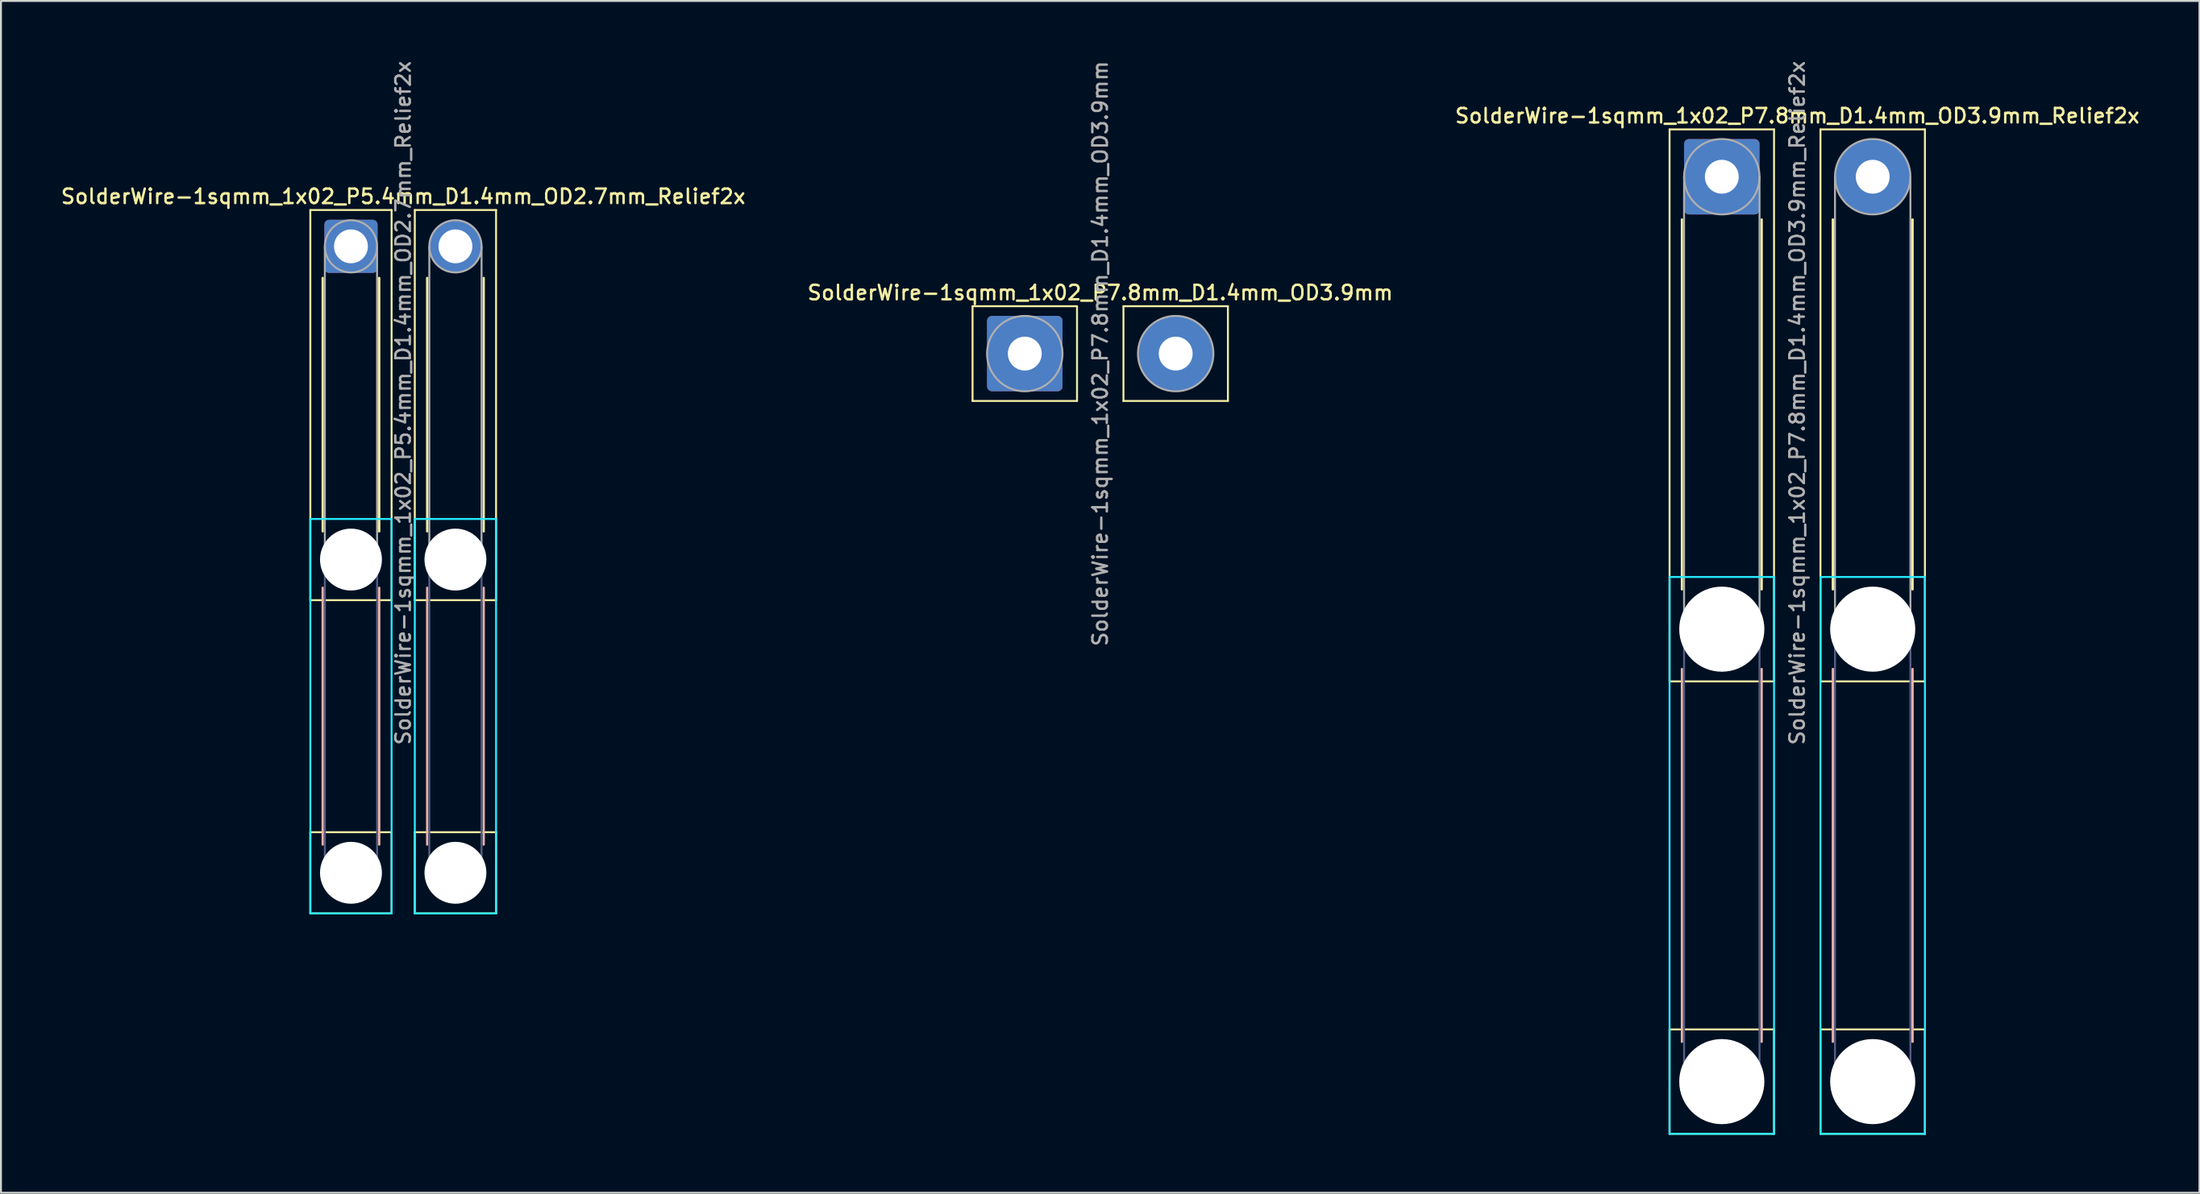
<source format=kicad_pcb>
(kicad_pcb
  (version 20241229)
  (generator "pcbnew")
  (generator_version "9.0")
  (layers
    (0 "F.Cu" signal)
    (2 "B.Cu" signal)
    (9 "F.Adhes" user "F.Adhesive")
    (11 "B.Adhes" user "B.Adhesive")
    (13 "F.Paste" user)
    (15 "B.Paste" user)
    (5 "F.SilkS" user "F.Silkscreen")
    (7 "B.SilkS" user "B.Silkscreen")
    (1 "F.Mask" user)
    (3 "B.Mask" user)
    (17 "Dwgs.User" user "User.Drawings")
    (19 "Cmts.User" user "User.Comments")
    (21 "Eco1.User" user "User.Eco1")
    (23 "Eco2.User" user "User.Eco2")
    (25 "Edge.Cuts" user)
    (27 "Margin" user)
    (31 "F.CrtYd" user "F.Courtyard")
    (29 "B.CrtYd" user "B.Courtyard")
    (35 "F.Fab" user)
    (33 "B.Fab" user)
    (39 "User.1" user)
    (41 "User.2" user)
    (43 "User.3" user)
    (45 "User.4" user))
  (footprint "SolderWire-1sqmm_1x02_P7.8mm_D1.4mm_OD3.9mm"
    (layer "F.Cu")
    (at 49.92 15.238)
    (property "Reference" "SolderWire-1sqmm_1x02_P7.8mm_D1.4mm_OD3.9mm" (at 3.9 -3.15 0) (layer "F.SilkS") (effects (font (size 0.75 0.75) (thickness 0.125))))
    (attr exclude_from_pos_files exclude_from_bom)
    (fp_line (start -2.7 -2.45) (end -2.7 2.45) (stroke (width 0.1) (type solid)) (layer "F.SilkS"))
    (fp_line (start -2.7 2.45) (end 2.7 2.45) (stroke (width 0.1) (type solid)) (layer "F.SilkS"))
    (fp_line (start 2.7 -2.45) (end -2.7 -2.45) (stroke (width 0.1) (type solid)) (layer "F.SilkS"))
    (fp_line (start 2.7 2.45) (end 2.7 -2.45) (stroke (width 0.1) (type solid)) (layer "F.SilkS"))
    (fp_line (start 5.1 -2.45) (end 5.1 2.45) (stroke (width 0.1) (type solid)) (layer "F.SilkS"))
    (fp_line (start 5.1 2.45) (end 10.5 2.45) (stroke (width 0.1) (type solid)) (layer "F.SilkS"))
    (fp_line (start 10.5 -2.45) (end 5.1 -2.45) (stroke (width 0.1) (type solid)) (layer "F.SilkS"))
    (fp_line (start 10.5 2.45) (end 10.5 -2.45) (stroke (width 0.1) (type solid)) (layer "F.SilkS"))
    (fp_circle (center 0 0) (end 1.95 0) (stroke (width 0.1) (type solid)) (fill no) (layer "F.Fab"))
    (fp_circle (center 7.8 0) (end 9.75 0) (stroke (width 0.1) (type solid)) (fill no) (layer "F.Fab"))
    (fp_text user "${REFERENCE}" (at 3.9 0 90) (layer "F.Fab") (effects (font (size 0.75 0.75) (thickness 0.125))))
    (pad "1" thru_hole roundrect (at 0 0) (size 3.9 3.9) (drill 1.75) (layers "*.Cu" "*.Mask") (roundrect_rratio 0.064))
    (pad "2" thru_hole circle (at 7.8 0) (size 3.9 3.9) (drill 1.75) (layers "*.Cu" "*.Mask")))
  (footprint "SolderWire-1sqmm_1x02_P7.8mm_D1.4mm_OD3.9mm_Relief2x"
    (layer "F.Cu")
    (at 85.948 6.091)
    (property "Reference" "SolderWire-1sqmm_1x02_P7.8mm_D1.4mm_OD3.9mm_Relief2x" (at 3.9 -3.15 0) (layer "F.SilkS") (effects (font (size 0.75 0.75) (thickness 0.125))))
    (attr exclude_from_pos_files exclude_from_bom)
    (fp_line (start -2.7 -2.45) (end -2.7 26.1) (stroke (width 0.1) (type solid)) (layer "F.SilkS"))
    (fp_line (start -2.7 26.1) (end 2.7 26.1) (stroke (width 0.1) (type solid)) (layer "F.SilkS"))
    (fp_line (start -2.7 44.1) (end -2.7 49.5) (stroke (width 0.1) (type solid)) (layer "F.SilkS"))
    (fp_line (start -2.7 49.5) (end 2.7 49.5) (stroke (width 0.1) (type solid)) (layer "F.SilkS"))
    (fp_line (start -2.06 2.21) (end -2.06 21.34) (stroke (width 0.12) (type solid)) (layer "F.SilkS"))
    (fp_line (start 2.06 2.21) (end 2.06 21.34) (stroke (width 0.12) (type solid)) (layer "F.SilkS"))
    (fp_line (start 2.7 -2.45) (end -2.7 -2.45) (stroke (width 0.1) (type solid)) (layer "F.SilkS"))
    (fp_line (start 2.7 26.1) (end 2.7 -2.45) (stroke (width 0.1) (type solid)) (layer "F.SilkS"))
    (fp_line (start 2.7 44.1) (end -2.7 44.1) (stroke (width 0.1) (type solid)) (layer "F.SilkS"))
    (fp_line (start 2.7 49.5) (end 2.7 44.1) (stroke (width 0.1) (type solid)) (layer "F.SilkS"))
    (fp_line (start 5.1 -2.45) (end 5.1 26.1) (stroke (width 0.1) (type solid)) (layer "F.SilkS"))
    (fp_line (start 5.1 26.1) (end 10.5 26.1) (stroke (width 0.1) (type solid)) (layer "F.SilkS"))
    (fp_line (start 5.1 44.1) (end 5.1 49.5) (stroke (width 0.1) (type solid)) (layer "F.SilkS"))
    (fp_line (start 5.1 49.5) (end 10.5 49.5) (stroke (width 0.1) (type solid)) (layer "F.SilkS"))
    (fp_line (start 5.74 2.21) (end 5.74 21.34) (stroke (width 0.12) (type solid)) (layer "F.SilkS"))
    (fp_line (start 9.86 2.21) (end 9.86 21.34) (stroke (width 0.12) (type solid)) (layer "F.SilkS"))
    (fp_line (start 10.5 -2.45) (end 5.1 -2.45) (stroke (width 0.1) (type solid)) (layer "F.SilkS"))
    (fp_line (start 10.5 26.1) (end 10.5 -2.45) (stroke (width 0.1) (type solid)) (layer "F.SilkS"))
    (fp_line (start 10.5 44.1) (end 5.1 44.1) (stroke (width 0.1) (type solid)) (layer "F.SilkS"))
    (fp_line (start 10.5 49.5) (end 10.5 44.1) (stroke (width 0.1) (type solid)) (layer "F.SilkS"))
    (fp_line (start -2.06 25.46) (end -2.06 44.74) (stroke (width 0.12) (type solid)) (layer "B.SilkS"))
    (fp_line (start 2.06 25.46) (end 2.06 44.74) (stroke (width 0.12) (type solid)) (layer "B.SilkS"))
    (fp_line (start 5.74 25.46) (end 5.74 44.74) (stroke (width 0.12) (type solid)) (layer "B.SilkS"))
    (fp_line (start 9.86 25.46) (end 9.86 44.74) (stroke (width 0.12) (type solid)) (layer "B.SilkS"))
    (fp_line (start -2.7 20.7) (end -2.7 49.5) (stroke (width 0.1) (type solid)) (layer "B.CrtYd"))
    (fp_line (start -2.7 49.5) (end 2.7 49.5) (stroke (width 0.1) (type solid)) (layer "B.CrtYd"))
    (fp_line (start 2.7 20.7) (end -2.7 20.7) (stroke (width 0.1) (type solid)) (layer "B.CrtYd"))
    (fp_line (start 2.7 49.5) (end 2.7 20.7) (stroke (width 0.1) (type solid)) (layer "B.CrtYd"))
    (fp_line (start 5.1 20.7) (end 5.1 49.5) (stroke (width 0.1) (type solid)) (layer "B.CrtYd"))
    (fp_line (start 5.1 49.5) (end 10.5 49.5) (stroke (width 0.1) (type solid)) (layer "B.CrtYd"))
    (fp_line (start 10.5 20.7) (end 5.1 20.7) (stroke (width 0.1) (type solid)) (layer "B.CrtYd"))
    (fp_line (start 10.5 49.5) (end 10.5 20.7) (stroke (width 0.1) (type solid)) (layer "B.CrtYd"))
    (fp_line (start -1.95 23.4) (end -1.95 46.8) (stroke (width 0.1) (type solid)) (layer "B.Fab"))
    (fp_line (start 1.95 23.4) (end 1.95 46.8) (stroke (width 0.1) (type solid)) (layer "B.Fab"))
    (fp_line (start 5.85 23.4) (end 5.85 46.8) (stroke (width 0.1) (type solid)) (layer "B.Fab"))
    (fp_line (start 9.75 23.4) (end 9.75 46.8) (stroke (width 0.1) (type solid)) (layer "B.Fab"))
    (fp_circle (center 0 23.4) (end 1.95 23.4) (stroke (width 0.1) (type solid)) (fill no) (layer "B.Fab"))
    (fp_circle (center 0 46.8) (end 1.95 46.8) (stroke (width 0.1) (type solid)) (fill no) (layer "B.Fab"))
    (fp_circle (center 7.8 23.4) (end 9.75 23.4) (stroke (width 0.1) (type solid)) (fill no) (layer "B.Fab"))
    (fp_circle (center 7.8 46.8) (end 9.75 46.8) (stroke (width 0.1) (type solid)) (fill no) (layer "B.Fab"))
    (fp_line (start -1.95 0) (end -1.95 23.4) (stroke (width 0.1) (type solid)) (layer "F.Fab"))
    (fp_line (start 1.95 0) (end 1.95 23.4) (stroke (width 0.1) (type solid)) (layer "F.Fab"))
    (fp_line (start 5.85 0) (end 5.85 23.4) (stroke (width 0.1) (type solid)) (layer "F.Fab"))
    (fp_line (start 9.75 0) (end 9.75 23.4) (stroke (width 0.1) (type solid)) (layer "F.Fab"))
    (fp_circle (center 0 0) (end 1.95 0) (stroke (width 0.1) (type solid)) (fill no) (layer "F.Fab"))
    (fp_circle (center 0 23.4) (end 1.95 23.4) (stroke (width 0.1) (type solid)) (fill no) (layer "F.Fab"))
    (fp_circle (center 0 46.8) (end 1.95 46.8) (stroke (width 0.1) (type solid)) (fill no) (layer "F.Fab"))
    (fp_circle (center 7.8 0) (end 9.75 0) (stroke (width 0.1) (type solid)) (fill no) (layer "F.Fab"))
    (fp_circle (center 7.8 23.4) (end 9.75 23.4) (stroke (width 0.1) (type solid)) (fill no) (layer "F.Fab"))
    (fp_circle (center 7.8 46.8) (end 9.75 46.8) (stroke (width 0.1) (type solid)) (fill no) (layer "F.Fab"))
    (fp_text user "${REFERENCE}" (at 3.9 11.7 90) (layer "F.Fab") (effects (font (size 0.75 0.75) (thickness 0.125))))
    (pad "" np_thru_hole circle (at 0 23.4) (size 4.4 4.4) (drill 4.4) (layers "*.Cu" "*.Mask"))
    (pad "" np_thru_hole circle (at 0 46.8) (size 4.4 4.4) (drill 4.4) (layers "*.Cu" "*.Mask"))
    (pad "" np_thru_hole circle (at 7.8 23.4) (size 4.4 4.4) (drill 4.4) (layers "*.Cu" "*.Mask"))
    (pad "" np_thru_hole circle (at 7.8 46.8) (size 4.4 4.4) (drill 4.4) (layers "*.Cu" "*.Mask"))
    (pad "1" thru_hole roundrect (at 0 0) (size 3.9 3.9) (drill 1.75) (layers "*.Cu" "*.Mask") (roundrect_rratio 0.064))
    (pad "2" thru_hole circle (at 7.8 0) (size 3.9 3.9) (drill 1.75) (layers "*.Cu" "*.Mask")))
  (footprint "SolderWire-1sqmm_1x02_P5.4mm_D1.4mm_OD2.7mm_Relief2x"
    (layer "F.Cu")
    (at 15.091 9.691)
    (property "Reference" "SolderWire-1sqmm_1x02_P5.4mm_D1.4mm_OD2.7mm_Relief2x" (at 2.7 -2.58 0) (layer "F.SilkS") (effects (font (size 0.75 0.75) (thickness 0.125))))
    (attr exclude_from_pos_files exclude_from_bom)
    (fp_line (start -2.1 -1.88) (end -2.1 18.3) (stroke (width 0.1) (type solid)) (layer "F.SilkS"))
    (fp_line (start -2.1 18.3) (end 2.1 18.3) (stroke (width 0.1) (type solid)) (layer "F.SilkS"))
    (fp_line (start -2.1 30.3) (end -2.1 34.5) (stroke (width 0.1) (type solid)) (layer "F.SilkS"))
    (fp_line (start -2.1 34.5) (end 2.1 34.5) (stroke (width 0.1) (type solid)) (layer "F.SilkS"))
    (fp_line (start -1.46 1.635) (end -1.46 14.74) (stroke (width 0.12) (type solid)) (layer "F.SilkS"))
    (fp_line (start 1.46 1.635) (end 1.46 14.74) (stroke (width 0.12) (type solid)) (layer "F.SilkS"))
    (fp_line (start 2.1 -1.88) (end -2.1 -1.88) (stroke (width 0.1) (type solid)) (layer "F.SilkS"))
    (fp_line (start 2.1 18.3) (end 2.1 -1.88) (stroke (width 0.1) (type solid)) (layer "F.SilkS"))
    (fp_line (start 2.1 30.3) (end -2.1 30.3) (stroke (width 0.1) (type solid)) (layer "F.SilkS"))
    (fp_line (start 2.1 34.5) (end 2.1 30.3) (stroke (width 0.1) (type solid)) (layer "F.SilkS"))
    (fp_line (start 3.3 -1.88) (end 3.3 18.3) (stroke (width 0.1) (type solid)) (layer "F.SilkS"))
    (fp_line (start 3.3 18.3) (end 7.5 18.3) (stroke (width 0.1) (type solid)) (layer "F.SilkS"))
    (fp_line (start 3.3 30.3) (end 3.3 34.5) (stroke (width 0.1) (type solid)) (layer "F.SilkS"))
    (fp_line (start 3.3 34.5) (end 7.5 34.5) (stroke (width 0.1) (type solid)) (layer "F.SilkS"))
    (fp_line (start 3.94 1.635) (end 3.94 14.74) (stroke (width 0.12) (type solid)) (layer "F.SilkS"))
    (fp_line (start 6.86 1.635) (end 6.86 14.74) (stroke (width 0.12) (type solid)) (layer "F.SilkS"))
    (fp_line (start 7.5 -1.88) (end 3.3 -1.88) (stroke (width 0.1) (type solid)) (layer "F.SilkS"))
    (fp_line (start 7.5 18.3) (end 7.5 -1.88) (stroke (width 0.1) (type solid)) (layer "F.SilkS"))
    (fp_line (start 7.5 30.3) (end 3.3 30.3) (stroke (width 0.1) (type solid)) (layer "F.SilkS"))
    (fp_line (start 7.5 34.5) (end 7.5 30.3) (stroke (width 0.1) (type solid)) (layer "F.SilkS"))
    (fp_line (start -1.46 17.66) (end -1.46 30.94) (stroke (width 0.12) (type solid)) (layer "B.SilkS"))
    (fp_line (start 1.46 17.66) (end 1.46 30.94) (stroke (width 0.12) (type solid)) (layer "B.SilkS"))
    (fp_line (start 3.94 17.66) (end 3.94 30.94) (stroke (width 0.12) (type solid)) (layer "B.SilkS"))
    (fp_line (start 6.86 17.66) (end 6.86 30.94) (stroke (width 0.12) (type solid)) (layer "B.SilkS"))
    (fp_line (start -2.1 14.1) (end -2.1 34.5) (stroke (width 0.1) (type solid)) (layer "B.CrtYd"))
    (fp_line (start -2.1 34.5) (end 2.1 34.5) (stroke (width 0.1) (type solid)) (layer "B.CrtYd"))
    (fp_line (start 2.1 14.1) (end -2.1 14.1) (stroke (width 0.1) (type solid)) (layer "B.CrtYd"))
    (fp_line (start 2.1 34.5) (end 2.1 14.1) (stroke (width 0.1) (type solid)) (layer "B.CrtYd"))
    (fp_line (start 3.3 14.1) (end 3.3 34.5) (stroke (width 0.1) (type solid)) (layer "B.CrtYd"))
    (fp_line (start 3.3 34.5) (end 7.5 34.5) (stroke (width 0.1) (type solid)) (layer "B.CrtYd"))
    (fp_line (start 7.5 14.1) (end 3.3 14.1) (stroke (width 0.1) (type solid)) (layer "B.CrtYd"))
    (fp_line (start 7.5 34.5) (end 7.5 14.1) (stroke (width 0.1) (type solid)) (layer "B.CrtYd"))
    (fp_line (start -1.35 16.2) (end -1.35 32.4) (stroke (width 0.1) (type solid)) (layer "B.Fab"))
    (fp_line (start 1.35 16.2) (end 1.35 32.4) (stroke (width 0.1) (type solid)) (layer "B.Fab"))
    (fp_line (start 4.05 16.2) (end 4.05 32.4) (stroke (width 0.1) (type solid)) (layer "B.Fab"))
    (fp_line (start 6.75 16.2) (end 6.75 32.4) (stroke (width 0.1) (type solid)) (layer "B.Fab"))
    (fp_circle (center 0 16.2) (end 1.35 16.2) (stroke (width 0.1) (type solid)) (fill no) (layer "B.Fab"))
    (fp_circle (center 0 32.4) (end 1.35 32.4) (stroke (width 0.1) (type solid)) (fill no) (layer "B.Fab"))
    (fp_circle (center 5.4 16.2) (end 6.75 16.2) (stroke (width 0.1) (type solid)) (fill no) (layer "B.Fab"))
    (fp_circle (center 5.4 32.4) (end 6.75 32.4) (stroke (width 0.1) (type solid)) (fill no) (layer "B.Fab"))
    (fp_line (start -1.35 0) (end -1.35 16.2) (stroke (width 0.1) (type solid)) (layer "F.Fab"))
    (fp_line (start 1.35 0) (end 1.35 16.2) (stroke (width 0.1) (type solid)) (layer "F.Fab"))
    (fp_line (start 4.05 0) (end 4.05 16.2) (stroke (width 0.1) (type solid)) (layer "F.Fab"))
    (fp_line (start 6.75 0) (end 6.75 16.2) (stroke (width 0.1) (type solid)) (layer "F.Fab"))
    (fp_circle (center 0 0) (end 1.35 0) (stroke (width 0.1) (type solid)) (fill no) (layer "F.Fab"))
    (fp_circle (center 0 16.2) (end 1.35 16.2) (stroke (width 0.1) (type solid)) (fill no) (layer "F.Fab"))
    (fp_circle (center 0 32.4) (end 1.35 32.4) (stroke (width 0.1) (type solid)) (fill no) (layer "F.Fab"))
    (fp_circle (center 5.4 0) (end 6.75 0) (stroke (width 0.1) (type solid)) (fill no) (layer "F.Fab"))
    (fp_circle (center 5.4 16.2) (end 6.75 16.2) (stroke (width 0.1) (type solid)) (fill no) (layer "F.Fab"))
    (fp_circle (center 5.4 32.4) (end 6.75 32.4) (stroke (width 0.1) (type solid)) (fill no) (layer "F.Fab"))
    (fp_text user "${REFERENCE}" (at 2.7 8.1 90) (layer "F.Fab") (effects (font (size 0.75 0.75) (thickness 0.125))))
    (pad "" np_thru_hole circle (at 0 16.2) (size 3.2 3.2) (drill 3.2) (layers "*.Cu" "*.Mask"))
    (pad "" np_thru_hole circle (at 0 32.4) (size 3.2 3.2) (drill 3.2) (layers "*.Cu" "*.Mask"))
    (pad "" np_thru_hole circle (at 5.4 16.2) (size 3.2 3.2) (drill 3.2) (layers "*.Cu" "*.Mask"))
    (pad "" np_thru_hole circle (at 5.4 32.4) (size 3.2 3.2) (drill 3.2) (layers "*.Cu" "*.Mask"))
    (pad "1" thru_hole roundrect (at 0 0) (size 2.75 2.75) (drill 1.75) (layers "*.Cu" "*.Mask") (roundrect_rratio 0.091))
    (pad "2" thru_hole circle (at 5.4 0) (size 2.75 2.75) (drill 1.75) (layers "*.Cu" "*.Mask")))
  (gr_rect
    (start -3 -3)
    (end 110.639 58.641)
    (stroke (width 0.1) (type default))
    (fill no)
    (layer "Edge.Cuts")))
</source>
